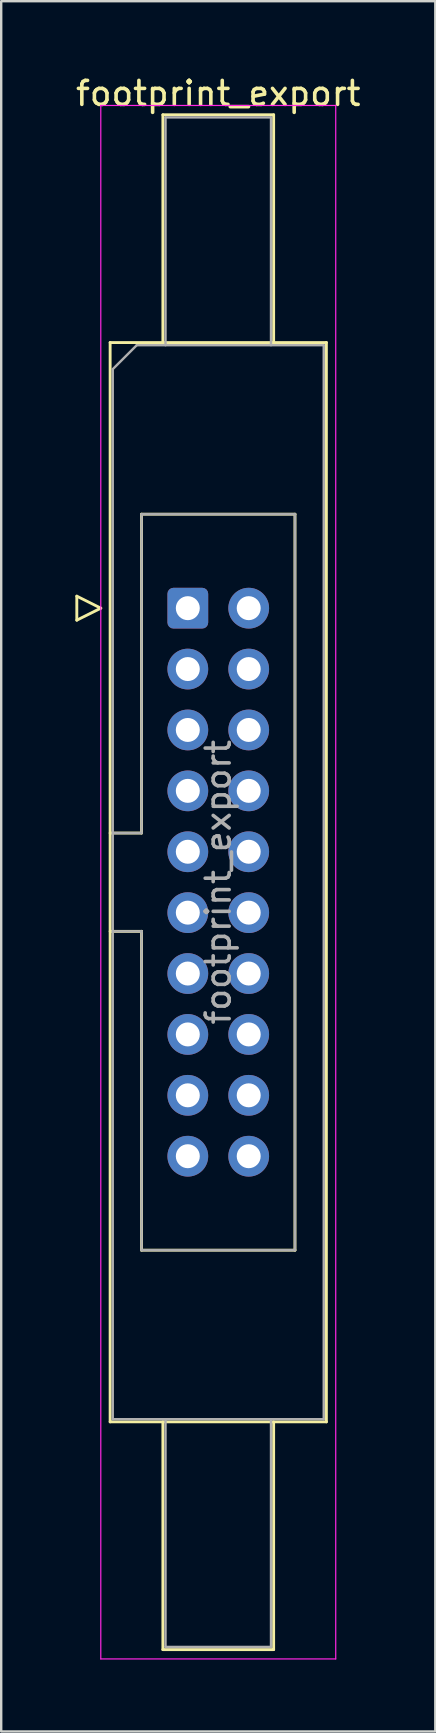
<source format=kicad_pcb>
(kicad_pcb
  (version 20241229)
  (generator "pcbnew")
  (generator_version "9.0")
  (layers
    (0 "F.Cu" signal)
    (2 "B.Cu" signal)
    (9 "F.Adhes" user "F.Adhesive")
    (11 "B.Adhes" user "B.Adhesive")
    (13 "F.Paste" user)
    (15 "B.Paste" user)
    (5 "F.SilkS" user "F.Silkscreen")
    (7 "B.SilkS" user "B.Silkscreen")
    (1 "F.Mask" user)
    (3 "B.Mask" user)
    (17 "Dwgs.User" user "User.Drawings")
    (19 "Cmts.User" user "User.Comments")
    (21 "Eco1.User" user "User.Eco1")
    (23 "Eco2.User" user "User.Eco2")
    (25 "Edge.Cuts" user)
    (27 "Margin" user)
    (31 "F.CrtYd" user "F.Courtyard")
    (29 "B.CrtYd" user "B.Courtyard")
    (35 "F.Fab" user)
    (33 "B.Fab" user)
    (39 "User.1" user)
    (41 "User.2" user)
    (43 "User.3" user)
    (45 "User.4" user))
  (footprint "footprint_export"
    (layer "F.Cu")
    (at 4.784 22.318)
    (property "Reference" "footprint_export" (at 1.27 -21.47 0) (layer "F.SilkS") (effects (font (size 1 1) (thickness 0.15))))
    (attr through_hole)
    (fp_line (start -4.63 -0.5) (end -4.63 0.5) (stroke (width 0.12) (type solid)) (layer "F.SilkS"))
    (fp_line (start -4.63 0.5) (end -3.63 0) (stroke (width 0.12) (type solid)) (layer "F.SilkS"))
    (fp_line (start -3.63 0) (end -4.63 -0.5) (stroke (width 0.12) (type solid)) (layer "F.SilkS"))
    (fp_line (start -3.24 -11.08) (end 5.78 -11.08) (stroke (width 0.12) (type solid)) (layer "F.SilkS"))
    (fp_line (start -3.24 9.38) (end -1.93 9.38) (stroke (width 0.12) (type solid)) (layer "F.SilkS"))
    (fp_line (start -3.24 33.94) (end -3.24 -11.08) (stroke (width 0.12) (type solid)) (layer "F.SilkS"))
    (fp_line (start -1.93 -3.92) (end 4.47 -3.92) (stroke (width 0.12) (type solid)) (layer "F.SilkS"))
    (fp_line (start -1.93 9.38) (end -1.93 -3.92) (stroke (width 0.12) (type solid)) (layer "F.SilkS"))
    (fp_line (start -1.93 13.48) (end -3.24 13.48) (stroke (width 0.12) (type solid)) (layer "F.SilkS"))
    (fp_line (start -1.93 13.48) (end -1.93 13.48) (stroke (width 0.12) (type solid)) (layer "F.SilkS"))
    (fp_line (start -1.93 26.78) (end -1.93 13.48) (stroke (width 0.12) (type solid)) (layer "F.SilkS"))
    (fp_line (start -1.04 -20.58) (end 3.58 -20.58) (stroke (width 0.12) (type solid)) (layer "F.SilkS"))
    (fp_line (start -1.04 -11.08) (end -1.04 -20.58) (stroke (width 0.12) (type solid)) (layer "F.SilkS"))
    (fp_line (start -1.04 33.94) (end -1.04 43.44) (stroke (width 0.12) (type solid)) (layer "F.SilkS"))
    (fp_line (start -1.04 43.44) (end 3.58 43.44) (stroke (width 0.12) (type solid)) (layer "F.SilkS"))
    (fp_line (start 3.58 -20.58) (end 3.58 -11.08) (stroke (width 0.12) (type solid)) (layer "F.SilkS"))
    (fp_line (start 3.58 43.44) (end 3.58 33.94) (stroke (width 0.12) (type solid)) (layer "F.SilkS"))
    (fp_line (start 4.47 -3.92) (end 4.47 26.78) (stroke (width 0.12) (type solid)) (layer "F.SilkS"))
    (fp_line (start 4.47 26.78) (end -1.93 26.78) (stroke (width 0.12) (type solid)) (layer "F.SilkS"))
    (fp_line (start 5.78 -11.08) (end 5.78 33.94) (stroke (width 0.12) (type solid)) (layer "F.SilkS"))
    (fp_line (start 5.78 33.94) (end -3.24 33.94) (stroke (width 0.12) (type solid)) (layer "F.SilkS"))
    (fp_line (start -3.63 -20.97) (end -3.63 43.83) (stroke (width 0.05) (type solid)) (layer "F.CrtYd"))
    (fp_line (start -3.63 43.83) (end 6.17 43.83) (stroke (width 0.05) (type solid)) (layer "F.CrtYd"))
    (fp_line (start 6.17 -20.97) (end -3.63 -20.97) (stroke (width 0.05) (type solid)) (layer "F.CrtYd"))
    (fp_line (start 6.17 43.83) (end 6.17 -20.97) (stroke (width 0.05) (type solid)) (layer "F.CrtYd"))
    (fp_line (start -3.13 -9.97) (end -2.13 -10.97) (stroke (width 0.1) (type solid)) (layer "F.Fab"))
    (fp_line (start -3.13 9.38) (end -1.93 9.38) (stroke (width 0.1) (type solid)) (layer "F.Fab"))
    (fp_line (start -3.13 33.83) (end -3.13 -9.97) (stroke (width 0.1) (type solid)) (layer "F.Fab"))
    (fp_line (start -2.13 -10.97) (end 5.67 -10.97) (stroke (width 0.1) (type solid)) (layer "F.Fab"))
    (fp_line (start -1.93 -3.92) (end 4.47 -3.92) (stroke (width 0.1) (type solid)) (layer "F.Fab"))
    (fp_line (start -1.93 9.38) (end -1.93 -3.92) (stroke (width 0.1) (type solid)) (layer "F.Fab"))
    (fp_line (start -1.93 13.48) (end -3.13 13.48) (stroke (width 0.1) (type solid)) (layer "F.Fab"))
    (fp_line (start -1.93 13.48) (end -1.93 13.48) (stroke (width 0.1) (type solid)) (layer "F.Fab"))
    (fp_line (start -1.93 26.78) (end -1.93 13.48) (stroke (width 0.1) (type solid)) (layer "F.Fab"))
    (fp_line (start -0.93 -20.47) (end 3.47 -20.47) (stroke (width 0.1) (type solid)) (layer "F.Fab"))
    (fp_line (start -0.93 -10.97) (end -0.93 -20.47) (stroke (width 0.1) (type solid)) (layer "F.Fab"))
    (fp_line (start -0.93 33.83) (end -0.93 43.33) (stroke (width 0.1) (type solid)) (layer "F.Fab"))
    (fp_line (start -0.93 43.33) (end 3.47 43.33) (stroke (width 0.1) (type solid)) (layer "F.Fab"))
    (fp_line (start 3.47 -20.47) (end 3.47 -10.97) (stroke (width 0.1) (type solid)) (layer "F.Fab"))
    (fp_line (start 3.47 43.33) (end 3.47 33.83) (stroke (width 0.1) (type solid)) (layer "F.Fab"))
    (fp_line (start 4.47 -3.92) (end 4.47 26.78) (stroke (width 0.1) (type solid)) (layer "F.Fab"))
    (fp_line (start 4.47 26.78) (end -1.93 26.78) (stroke (width 0.1) (type solid)) (layer "F.Fab"))
    (fp_line (start 5.67 -10.97) (end 5.67 33.83) (stroke (width 0.1) (type solid)) (layer "F.Fab"))
    (fp_line (start 5.67 33.83) (end -3.13 33.83) (stroke (width 0.1) (type solid)) (layer "F.Fab"))
    (fp_text user "${REFERENCE}" (at 1.27 11.43 90) (layer "F.Fab") (effects (font (size 1 1) (thickness 0.15))))
    (pad "1" thru_hole roundrect (at 0 0) (size 1.7 1.7) (drill 1) (layers "*.Cu" "*.Mask") (roundrect_rratio 0.147))
    (pad "2" thru_hole circle (at 2.54 0) (size 1.7 1.7) (drill 1) (layers "*.Cu" "*.Mask"))
    (pad "3" thru_hole circle (at 0 2.54) (size 1.7 1.7) (drill 1) (layers "*.Cu" "*.Mask"))
    (pad "4" thru_hole circle (at 2.54 2.54) (size 1.7 1.7) (drill 1) (layers "*.Cu" "*.Mask"))
    (pad "5" thru_hole circle (at 0 5.08) (size 1.7 1.7) (drill 1) (layers "*.Cu" "*.Mask"))
    (pad "6" thru_hole circle (at 2.54 5.08) (size 1.7 1.7) (drill 1) (layers "*.Cu" "*.Mask"))
    (pad "7" thru_hole circle (at 0 7.62) (size 1.7 1.7) (drill 1) (layers "*.Cu" "*.Mask"))
    (pad "8" thru_hole circle (at 2.54 7.62) (size 1.7 1.7) (drill 1) (layers "*.Cu" "*.Mask"))
    (pad "9" thru_hole circle (at 0 10.16) (size 1.7 1.7) (drill 1) (layers "*.Cu" "*.Mask"))
    (pad "10" thru_hole circle (at 2.54 10.16) (size 1.7 1.7) (drill 1) (layers "*.Cu" "*.Mask"))
    (pad "11" thru_hole circle (at 0 12.7) (size 1.7 1.7) (drill 1) (layers "*.Cu" "*.Mask"))
    (pad "12" thru_hole circle (at 2.54 12.7) (size 1.7 1.7) (drill 1) (layers "*.Cu" "*.Mask"))
    (pad "13" thru_hole circle (at 0 15.24) (size 1.7 1.7) (drill 1) (layers "*.Cu" "*.Mask"))
    (pad "14" thru_hole circle (at 2.54 15.24) (size 1.7 1.7) (drill 1) (layers "*.Cu" "*.Mask"))
    (pad "15" thru_hole circle (at 0 17.78) (size 1.7 1.7) (drill 1) (layers "*.Cu" "*.Mask"))
    (pad "16" thru_hole circle (at 2.54 17.78) (size 1.7 1.7) (drill 1) (layers "*.Cu" "*.Mask"))
    (pad "17" thru_hole circle (at 0 20.32) (size 1.7 1.7) (drill 1) (layers "*.Cu" "*.Mask"))
    (pad "18" thru_hole circle (at 2.54 20.32) (size 1.7 1.7) (drill 1) (layers "*.Cu" "*.Mask"))
    (pad "19" thru_hole circle (at 0 22.86) (size 1.7 1.7) (drill 1) (layers "*.Cu" "*.Mask"))
    (pad "20" thru_hole circle (at 2.54 22.86) (size 1.7 1.7) (drill 1) (layers "*.Cu" "*.Mask")))
  (gr_rect
    (start -3 -3)
    (end 15.107 69.173)
    (stroke (width 0.1) (type default))
    (fill no)
    (layer "Edge.Cuts")))
</source>
